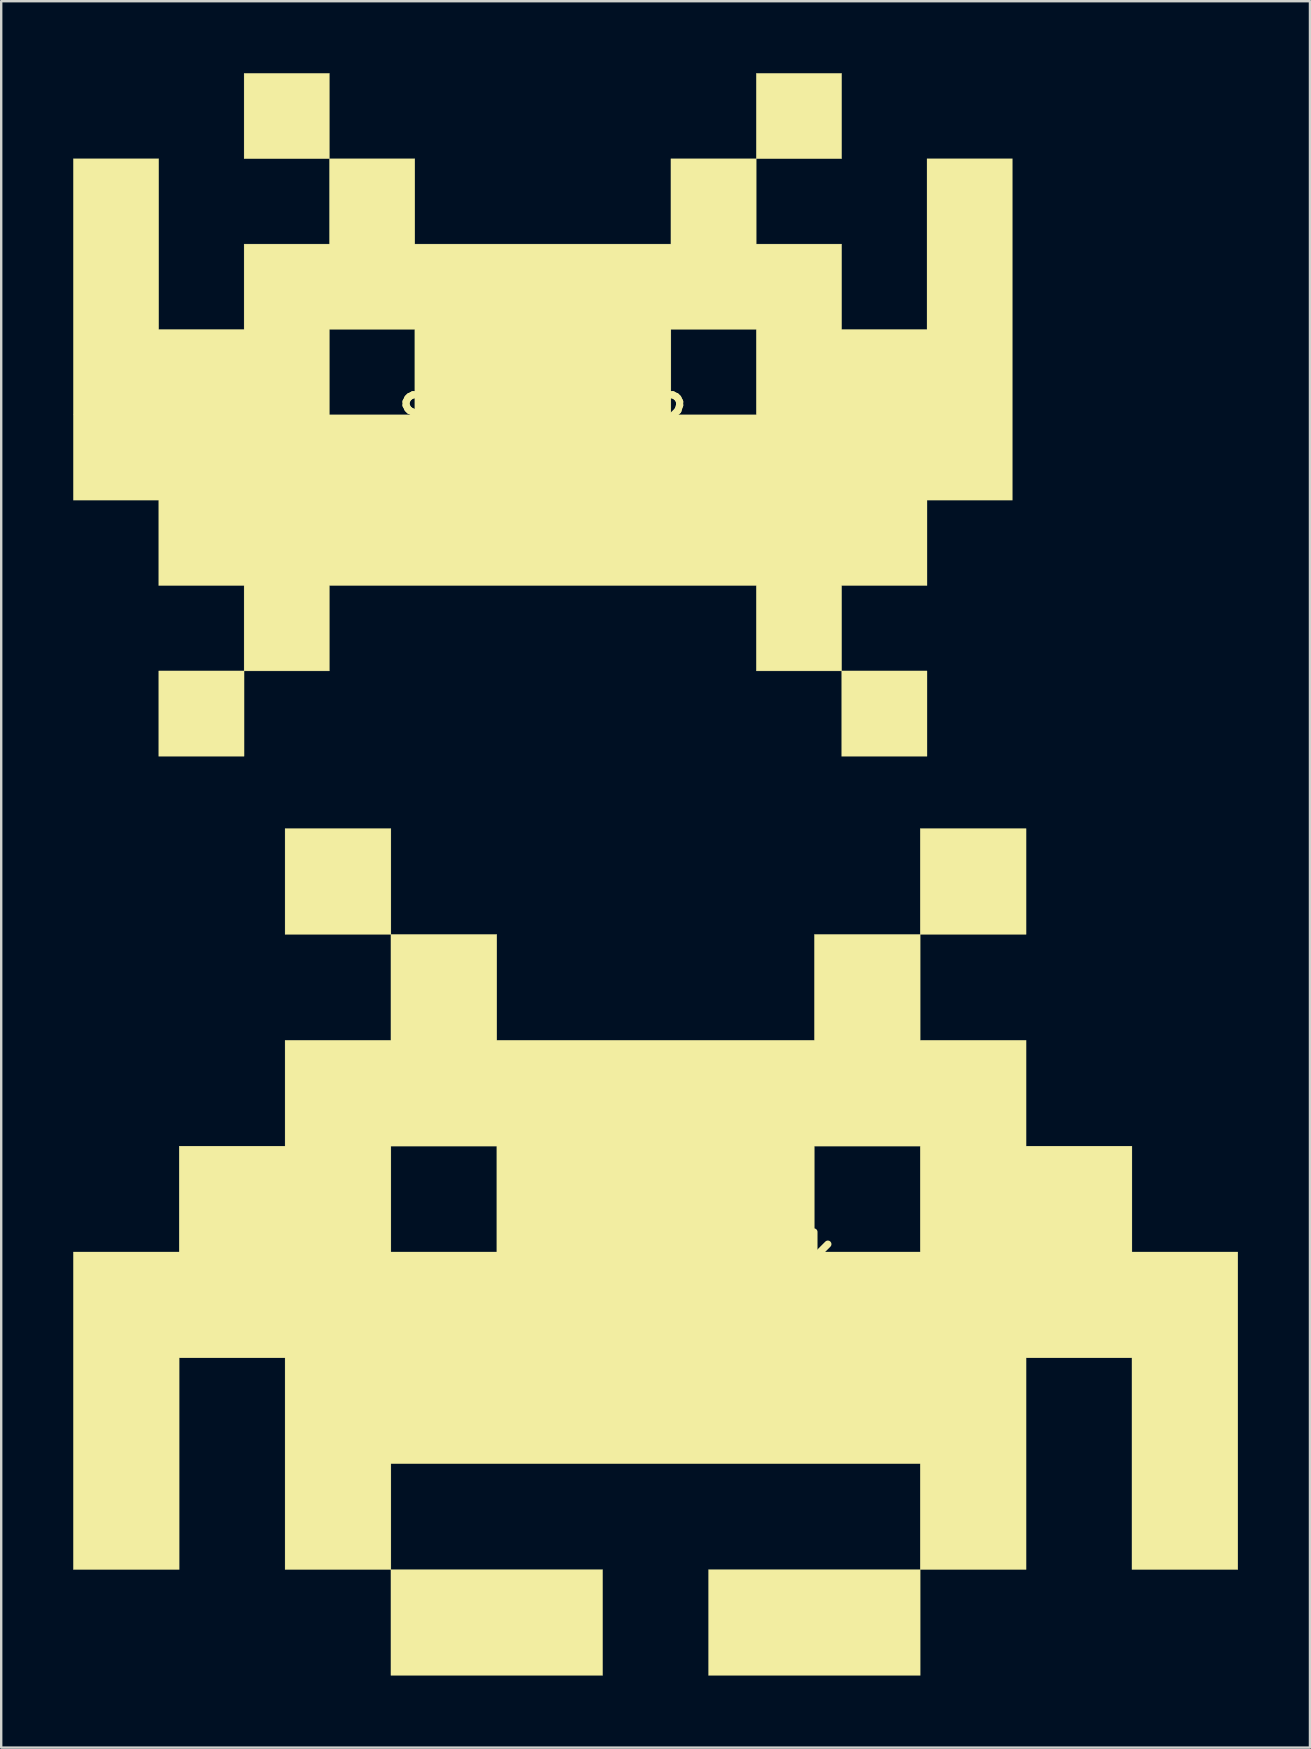
<source format=kicad_pcb>
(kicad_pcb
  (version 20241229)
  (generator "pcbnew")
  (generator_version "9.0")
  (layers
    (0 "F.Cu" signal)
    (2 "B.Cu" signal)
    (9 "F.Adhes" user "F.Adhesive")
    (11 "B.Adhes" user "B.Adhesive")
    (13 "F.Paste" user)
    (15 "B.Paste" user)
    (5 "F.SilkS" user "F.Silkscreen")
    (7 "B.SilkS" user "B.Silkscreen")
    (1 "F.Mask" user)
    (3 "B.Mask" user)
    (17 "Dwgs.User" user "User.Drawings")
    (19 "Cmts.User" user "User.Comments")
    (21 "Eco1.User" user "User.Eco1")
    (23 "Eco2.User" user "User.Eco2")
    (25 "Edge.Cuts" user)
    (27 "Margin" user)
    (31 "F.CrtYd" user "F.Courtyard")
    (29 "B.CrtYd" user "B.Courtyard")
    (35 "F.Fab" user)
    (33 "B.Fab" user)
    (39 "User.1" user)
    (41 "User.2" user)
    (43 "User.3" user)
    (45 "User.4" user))
  (footprint "SquidSilk"
    (layer "F.Cu")
    (at 26.463 49.102)
    (property "Reference" "SquidSilk" (at 0 0 0) (layer "F.SilkS") (effects (font (size 1.524 1.524) (thickness 0.3))))
    (attr through_hole)
    (fp_poly (pts (xy -17.639 -13.229) (xy -17.639 -17.639) (xy -13.229 -17.639) (xy -13.229 -13.229) (xy -17.639 -13.229)) (stroke (width 0.01) (type solid)) (fill yes) (layer "F.SilkS"))
    (fp_poly (pts (xy -4.41 13.229) (xy -4.41 17.639) (xy -13.229 17.639) (xy -13.229 13.229) (xy -4.41 13.229)) (stroke (width 0.01) (type solid)) (fill yes) (layer "F.SilkS"))
    (fp_poly (pts (xy 8.819 -17.639) (xy 13.229 -17.639) (xy 13.229 -13.229) (xy 8.819 -13.229) (xy 8.819 -17.639)) (stroke (width 0.01) (type solid)) (fill yes) (layer "F.SilkS"))
    (fp_poly (pts (xy 8.819 17.639) (xy 0 17.639) (xy 0 13.229) (xy 8.819 13.229) (xy 8.819 17.639)) (stroke (width 0.01) (type solid)) (fill yes) (layer "F.SilkS"))
    (fp_poly (pts (xy 8.819 -8.819) (xy 13.229 -8.819) (xy 13.229 -4.41) (xy 17.639 -4.41) (xy 17.639 0) (xy 22.049 0) (xy 22.049 13.229) (xy 17.639 13.229) (xy 17.639 4.41) (xy 13.229 4.41) (xy 13.229 13.229) (xy 8.819 13.229) (xy 8.819 8.819) (xy -13.229 8.819) (xy -13.229 13.229) (xy -17.639 13.229) (xy -17.639 4.41) (xy -22.049 4.41) (xy -22.049 13.229) (xy -26.458 13.229) (xy -26.458 0) (xy -22.049 0) (xy -22.049 -4.41) (xy -17.639 -4.41) (xy -13.229 -4.41) (xy -13.229 0) (xy -8.819 0) (xy -8.819 -4.41) (xy 4.41 -4.41) (xy 4.41 0) (xy 8.819 0) (xy 8.819 -4.41) (xy 4.41 -4.41) (xy -8.819 -4.41) (xy -13.229 -4.41) (xy -17.639 -4.41) (xy -17.639 -8.819) (xy -13.229 -8.819) (xy -13.229 -13.229) (xy -8.819 -13.229) (xy -8.819 -8.819) (xy 4.41 -8.819) (xy 4.41 -13.229) (xy 8.819 -13.229) (xy 8.819 -8.819)) (stroke (width 0.01) (type solid)) (fill yes) (layer "F.SilkS")))
  (footprint "SquidSilk2"
    (layer "F.Cu")
    (at 19.563 14.229)
    (property "Reference" "SquidSilk2" (at 0 0 0) (layer "F.SilkS") (effects (font (size 1.524 1.524) (thickness 0.3))))
    (attr through_hole)
    (fp_poly (pts (xy -12.446 -10.668) (xy -12.446 -14.224) (xy -8.89 -14.224) (xy -8.89 -10.668) (xy -12.446 -10.668)) (stroke (width 0.01) (type solid)) (fill yes) (layer "F.SilkS"))
    (fp_poly (pts (xy -12.446 14.224) (xy -16.002 14.224) (xy -16.002 10.668) (xy -12.446 10.668) (xy -12.446 14.224)) (stroke (width 0.01) (type solid)) (fill yes) (layer "F.SilkS"))
    (fp_poly (pts (xy 8.89 -14.224) (xy 12.446 -14.224) (xy 12.446 -10.668) (xy 8.89 -10.668) (xy 8.89 -14.224)) (stroke (width 0.01) (type solid)) (fill yes) (layer "F.SilkS"))
    (fp_poly (pts (xy 16.002 10.668) (xy 16.002 14.224) (xy 12.446 14.224) (xy 12.446 10.668) (xy 16.002 10.668)) (stroke (width 0.01) (type solid)) (fill yes) (layer "F.SilkS"))
    (fp_poly (pts (xy 8.89 -7.112) (xy 12.446 -7.112) (xy 12.446 -3.556) (xy 16.002 -3.556) (xy 16.002 -10.668) (xy 19.558 -10.668) (xy 19.558 3.556) (xy 16.002 3.556) (xy 16.002 7.112) (xy 12.446 7.112) (xy 12.446 10.668) (xy 8.89 10.668) (xy 8.89 7.112) (xy -8.89 7.112) (xy -8.89 10.668) (xy -12.446 10.668) (xy -12.446 7.112) (xy -16.002 7.112) (xy -16.002 3.556) (xy -19.558 3.556) (xy -19.558 -10.668) (xy -16.002 -10.668) (xy -16.002 -3.556) (xy -12.446 -3.556) (xy -8.89 -3.556) (xy -8.89 0) (xy -5.334 0) (xy -5.334 -3.556) (xy 5.334 -3.556) (xy 5.334 0) (xy 8.89 0) (xy 8.89 -3.556) (xy 5.334 -3.556) (xy -5.334 -3.556) (xy -8.89 -3.556) (xy -12.446 -3.556) (xy -12.446 -7.112) (xy -8.89 -7.112) (xy -8.89 -10.668) (xy -5.334 -10.668) (xy -5.334 -7.112) (xy 5.334 -7.112) (xy 5.334 -10.668) (xy 8.89 -10.668) (xy 8.89 -7.112)) (stroke (width 0.01) (type solid)) (fill yes) (layer "F.SilkS")))
  (gr_rect
    (start -3 -3)
    (end 51.517 69.746)
    (stroke (width 0.1) (type default))
    (fill no)
    (layer "Edge.Cuts")))
</source>
